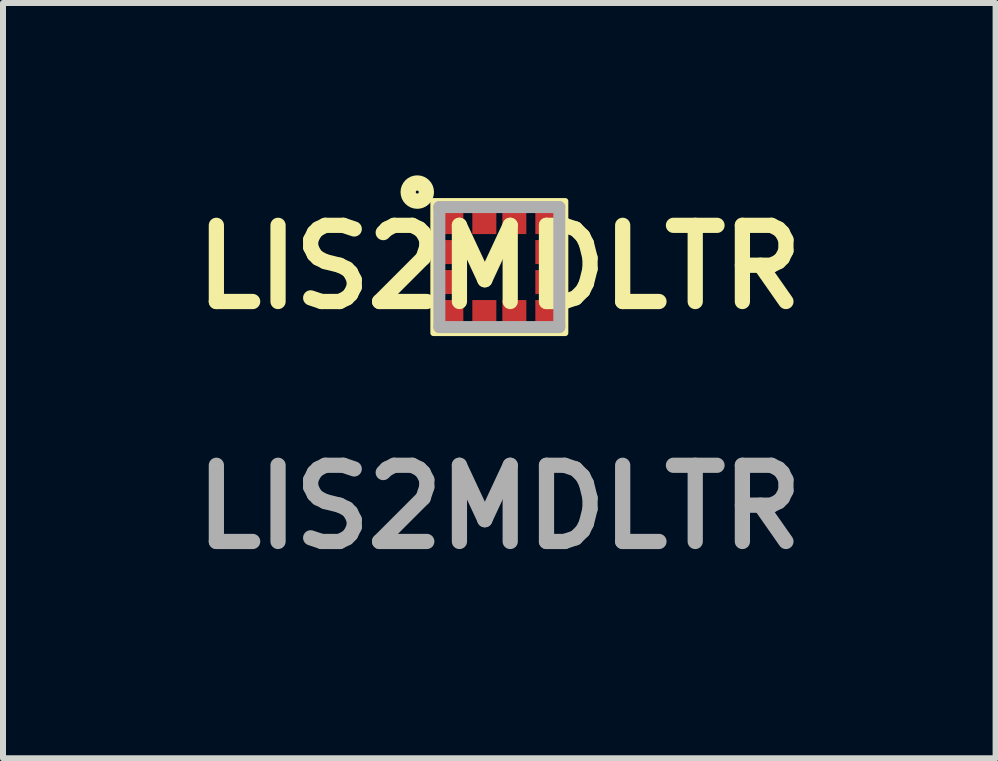
<source format=kicad_pcb>
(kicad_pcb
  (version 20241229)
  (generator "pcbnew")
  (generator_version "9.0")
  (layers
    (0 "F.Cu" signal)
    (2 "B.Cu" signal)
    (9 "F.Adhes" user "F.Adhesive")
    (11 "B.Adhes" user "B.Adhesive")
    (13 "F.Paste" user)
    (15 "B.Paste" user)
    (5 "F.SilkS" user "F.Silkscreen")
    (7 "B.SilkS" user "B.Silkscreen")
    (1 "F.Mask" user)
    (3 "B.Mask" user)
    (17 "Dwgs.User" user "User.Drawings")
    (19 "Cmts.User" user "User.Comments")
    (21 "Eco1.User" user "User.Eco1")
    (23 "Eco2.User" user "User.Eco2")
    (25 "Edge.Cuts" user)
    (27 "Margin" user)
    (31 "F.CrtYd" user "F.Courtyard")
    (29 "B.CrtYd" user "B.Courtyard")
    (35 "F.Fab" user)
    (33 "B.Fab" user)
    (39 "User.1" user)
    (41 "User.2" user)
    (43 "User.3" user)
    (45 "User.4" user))
  (footprint "LIS2MDLTR"
    (layer "F.Cu")
    (at 5.274 1.402)
    (property "Reference" "LIS2MDLTR" (at 0 0 0) (layer "F.SilkS") (effects (font (size 1.27 1.27) (thickness 0.254))))
    (attr smd)
    (fp_rect (start -1.1 -1.1) (end 1.1 1.1) (stroke (width 0.1) (type default)) (fill no) (layer "F.SilkS"))
    (fp_circle (center -1.368 -1.25) (end -1.368 -1.225) (stroke (width 0.254) (type solid)) (fill no) (layer "F.SilkS"))
    (fp_line (start -1 -1) (end 1 -1) (stroke (width 0.2) (type solid)) (layer "F.Fab"))
    (fp_line (start -1 1) (end -1 -1) (stroke (width 0.2) (type solid)) (layer "F.Fab"))
    (fp_line (start 1 -1) (end 1 1) (stroke (width 0.2) (type solid)) (layer "F.Fab"))
    (fp_line (start 1 1) (end -1 1) (stroke (width 0.2) (type solid)) (layer "F.Fab"))
    (fp_text user "${REFERENCE}" (at 0 4 0) (layer "F.Fab") (effects (font (size 1.27 1.27) (thickness 0.254))))
    (pad "1" smd rect (at -0.8 -0.75 90) (size 0.4 0.4) (layers "F.Cu" "F.Mask" "F.Paste"))
    (pad "2" smd rect (at -0.8 -0.25 90) (size 0.4 0.4) (layers "F.Cu" "F.Mask" "F.Paste"))
    (pad "3" smd rect (at -0.8 0.25 90) (size 0.4 0.4) (layers "F.Cu" "F.Mask" "F.Paste"))
    (pad "4" smd rect (at -0.8 0.75 90) (size 0.4 0.4) (layers "F.Cu" "F.Mask" "F.Paste"))
    (pad "5" smd rect (at -0.25 0.75 90) (size 0.4 0.4) (layers "F.Cu" "F.Mask" "F.Paste"))
    (pad "6" smd rect (at 0.25 0.75 90) (size 0.4 0.4) (layers "F.Cu" "F.Mask" "F.Paste"))
    (pad "7" smd rect (at 0.8 0.75 90) (size 0.4 0.4) (layers "F.Cu" "F.Mask" "F.Paste"))
    (pad "8" smd rect (at 0.8 0.25 90) (size 0.4 0.4) (layers "F.Cu" "F.Mask" "F.Paste"))
    (pad "9" smd rect (at 0.8 -0.25 90) (size 0.4 0.4) (layers "F.Cu" "F.Mask" "F.Paste"))
    (pad "10" smd rect (at 0.8 -0.75 90) (size 0.4 0.4) (layers "F.Cu" "F.Mask" "F.Paste"))
    (pad "11" smd rect (at 0.25 -0.75 90) (size 0.4 0.4) (layers "F.Cu" "F.Mask" "F.Paste"))
    (pad "12" smd rect (at -0.25 -0.75 90) (size 0.4 0.4) (layers "F.Cu" "F.Mask" "F.Paste")))
  (gr_rect
    (start -3 -3)
    (end 13.547 9.591)
    (stroke (width 0.1) (type default))
    (fill no)
    (layer "Edge.Cuts")))
</source>
